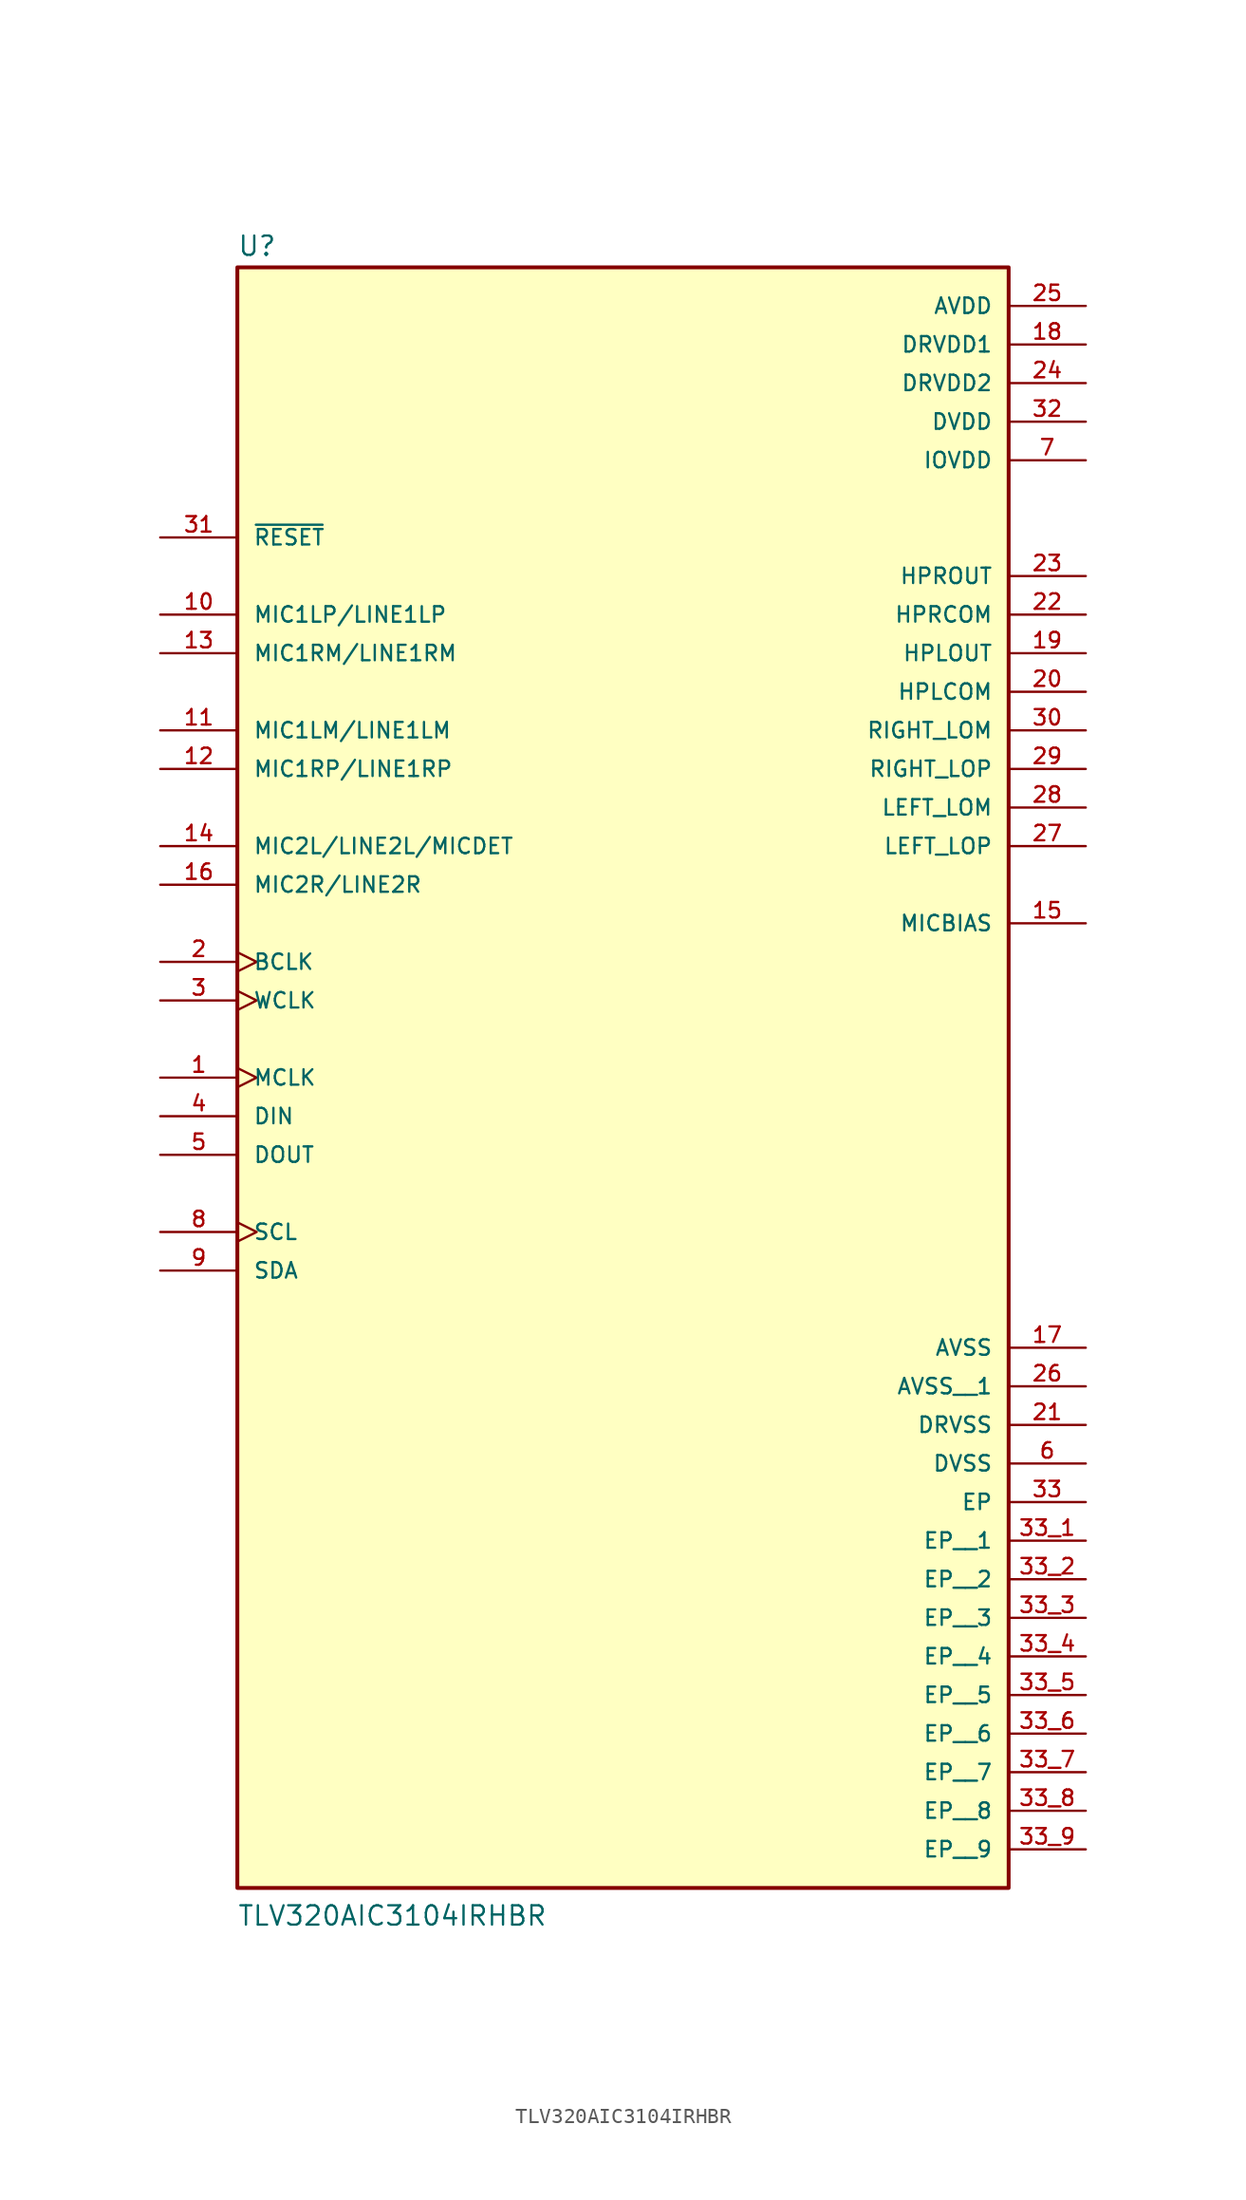
<source format=kicad_sym>
(kicad_symbol_lib
  (version 20211014)
  (generator kicad_symbol_editor)
  (symbol "TLV320AIC3104IRHBR"
    (pin_names
      (offset 1.016))
    (property "Reference" "U"
      (at -25.415 41.3 0)
      (effects (font (size 1.27 1.27)) (justify bottom left)))
    (property "Value" "TLV320AIC3104IRHBR"
      (at -25.42 -68.615 0)
      (effects (font (size 1.27 1.27)) (justify bottom left)))
    (symbol "TLV320AIC3104IRHBR_0_0"
      (rectangle (start -25.4 -66.04) (end 25.4 40.64) (stroke (width 0.254)) (fill (type background)))
      (pin power_in line (at 30.48 30.48 180.0) (length 5.08) (name "DVDD" (effects (font (size 1.016 1.016)))) (number "32" (effects (font (size 1.016 1.016)))))
      (pin input line (at -30.48 22.86 0) (length 5.08) (name "~{RESET}" (effects (font (size 1.016 1.016)))) (number "31" (effects (font (size 1.016 1.016)))))
      (pin output line (at 30.48 10.16 180.0) (length 5.08) (name "RIGHT_LOM" (effects (font (size 1.016 1.016)))) (number "30" (effects (font (size 1.016 1.016)))))
      (pin output line (at 30.48 7.62 180.0) (length 5.08) (name "RIGHT_LOP" (effects (font (size 1.016 1.016)))) (number "29" (effects (font (size 1.016 1.016)))))
      (pin output line (at 30.48 5.08 180.0) (length 5.08) (name "LEFT_LOM" (effects (font (size 1.016 1.016)))) (number "28" (effects (font (size 1.016 1.016)))))
      (pin output line (at 30.48 2.54 180.0) (length 5.08) (name "LEFT_LOP" (effects (font (size 1.016 1.016)))) (number "27" (effects (font (size 1.016 1.016)))))
      (pin power_in line (at 30.48 38.1 180.0) (length 5.08) (name "AVDD" (effects (font (size 1.016 1.016)))) (number "25" (effects (font (size 1.016 1.016)))))
      (pin power_in line (at 30.48 35.56 180.0) (length 5.08) (name "DRVDD1" (effects (font (size 1.016 1.016)))) (number "18" (effects (font (size 1.016 1.016)))))
      (pin output line (at 30.48 20.32 180.0) (length 5.08) (name "HPROUT" (effects (font (size 1.016 1.016)))) (number "23" (effects (font (size 1.016 1.016)))))
      (pin output line (at 30.48 17.78 180.0) (length 5.08) (name "HPRCOM" (effects (font (size 1.016 1.016)))) (number "22" (effects (font (size 1.016 1.016)))))
      (pin power_in line (at 30.48 -35.56 180.0) (length 5.08) (name "DRVSS" (effects (font (size 1.016 1.016)))) (number "21" (effects (font (size 1.016 1.016)))))
      (pin output line (at 30.48 12.7 180.0) (length 5.08) (name "HPLCOM" (effects (font (size 1.016 1.016)))) (number "20" (effects (font (size 1.016 1.016)))))
      (pin output line (at 30.48 15.24 180.0) (length 5.08) (name "HPLOUT" (effects (font (size 1.016 1.016)))) (number "19" (effects (font (size 1.016 1.016)))))
      (pin power_in line (at 30.48 -30.48 180.0) (length 5.08) (name "AVSS" (effects (font (size 1.016 1.016)))) (number "17" (effects (font (size 1.016 1.016)))))
      (pin input line (at -30.48 0.0 0) (length 5.08) (name "MIC2R/LINE2R" (effects (font (size 1.016 1.016)))) (number "16" (effects (font (size 1.016 1.016)))))
      (pin output line (at 30.48 -2.54 180.0) (length 5.08) (name "MICBIAS" (effects (font (size 1.016 1.016)))) (number "15" (effects (font (size 1.016 1.016)))))
      (pin input line (at -30.48 2.54 0) (length 5.08) (name "MIC2L/LINE2L/MICDET" (effects (font (size 1.016 1.016)))) (number "14" (effects (font (size 1.016 1.016)))))
      (pin input line (at -30.48 15.24 0) (length 5.08) (name "MIC1RM/LINE1RM" (effects (font (size 1.016 1.016)))) (number "13" (effects (font (size 1.016 1.016)))))
      (pin input line (at -30.48 7.62 0) (length 5.08) (name "MIC1RP/LINE1RP" (effects (font (size 1.016 1.016)))) (number "12" (effects (font (size 1.016 1.016)))))
      (pin input line (at -30.48 10.16 0) (length 5.08) (name "MIC1LM/LINE1LM" (effects (font (size 1.016 1.016)))) (number "11" (effects (font (size 1.016 1.016)))))
      (pin input line (at -30.48 17.78 0) (length 5.08) (name "MIC1LP/LINE1LP" (effects (font (size 1.016 1.016)))) (number "10" (effects (font (size 1.016 1.016)))))
      (pin bidirectional line (at -30.48 -25.4 0) (length 5.08) (name "SDA" (effects (font (size 1.016 1.016)))) (number "9" (effects (font (size 1.016 1.016)))))
      (pin bidirectional clock (at -30.48 -22.86 0) (length 5.08) (name "SCL" (effects (font (size 1.016 1.016)))) (number "8" (effects (font (size 1.016 1.016)))))
      (pin power_in line (at 30.48 27.94 180.0) (length 5.08) (name "IOVDD" (effects (font (size 1.016 1.016)))) (number "7" (effects (font (size 1.016 1.016)))))
      (pin power_in line (at 30.48 -38.1 180.0) (length 5.08) (name "DVSS" (effects (font (size 1.016 1.016)))) (number "6" (effects (font (size 1.016 1.016)))))
      (pin output line (at -30.48 -17.78 0) (length 5.08) (name "DOUT" (effects (font (size 1.016 1.016)))) (number "5" (effects (font (size 1.016 1.016)))))
      (pin input line (at -30.48 -15.24 0) (length 5.08) (name "DIN" (effects (font (size 1.016 1.016)))) (number "4" (effects (font (size 1.016 1.016)))))
      (pin bidirectional clock (at -30.48 -7.62 0) (length 5.08) (name "WCLK" (effects (font (size 1.016 1.016)))) (number "3" (effects (font (size 1.016 1.016)))))
      (pin bidirectional clock (at -30.48 -5.08 0) (length 5.08) (name "BCLK" (effects (font (size 1.016 1.016)))) (number "2" (effects (font (size 1.016 1.016)))))
      (pin input clock (at -30.48 -12.7 0) (length 5.08) (name "MCLK" (effects (font (size 1.016 1.016)))) (number "1" (effects (font (size 1.016 1.016)))))
      (pin power_in line (at 30.48 -40.64 180.0) (length 5.08) (name "EP" (effects (font (size 1.016 1.016)))) (number "33" (effects (font (size 1.016 1.016)))))
      (pin power_in line (at 30.48 33.02 180.0) (length 5.08) (name "DRVDD2" (effects (font (size 1.016 1.016)))) (number "24" (effects (font (size 1.016 1.016)))))
      (pin power_in line (at 30.48 -33.02 180.0) (length 5.08) (name "AVSS__1" (effects (font (size 1.016 1.016)))) (number "26" (effects (font (size 1.016 1.016)))))
      (pin power_in line (at 30.48 -43.18 180.0) (length 5.08) (name "EP__1" (effects (font (size 1.016 1.016)))) (number "33_1" (effects (font (size 1.016 1.016)))))
      (pin power_in line (at 30.48 -45.72 180.0) (length 5.08) (name "EP__2" (effects (font (size 1.016 1.016)))) (number "33_2" (effects (font (size 1.016 1.016)))))
      (pin power_in line (at 30.48 -48.26 180.0) (length 5.08) (name "EP__3" (effects (font (size 1.016 1.016)))) (number "33_3" (effects (font (size 1.016 1.016)))))
      (pin power_in line (at 30.48 -50.8 180.0) (length 5.08) (name "EP__4" (effects (font (size 1.016 1.016)))) (number "33_4" (effects (font (size 1.016 1.016)))))
      (pin power_in line (at 30.48 -53.34 180.0) (length 5.08) (name "EP__5" (effects (font (size 1.016 1.016)))) (number "33_5" (effects (font (size 1.016 1.016)))))
      (pin power_in line (at 30.48 -55.88 180.0) (length 5.08) (name "EP__6" (effects (font (size 1.016 1.016)))) (number "33_6" (effects (font (size 1.016 1.016)))))
      (pin power_in line (at 30.48 -58.42 180.0) (length 5.08) (name "EP__7" (effects (font (size 1.016 1.016)))) (number "33_7" (effects (font (size 1.016 1.016)))))
      (pin power_in line (at 30.48 -60.96 180.0) (length 5.08) (name "EP__8" (effects (font (size 1.016 1.016)))) (number "33_8" (effects (font (size 1.016 1.016)))))
      (pin power_in line (at 30.48 -63.5 180.0) (length 5.08) (name "EP__9" (effects (font (size 1.016 1.016)))) (number "33_9" (effects (font (size 1.016 1.016))))))))
</source>
